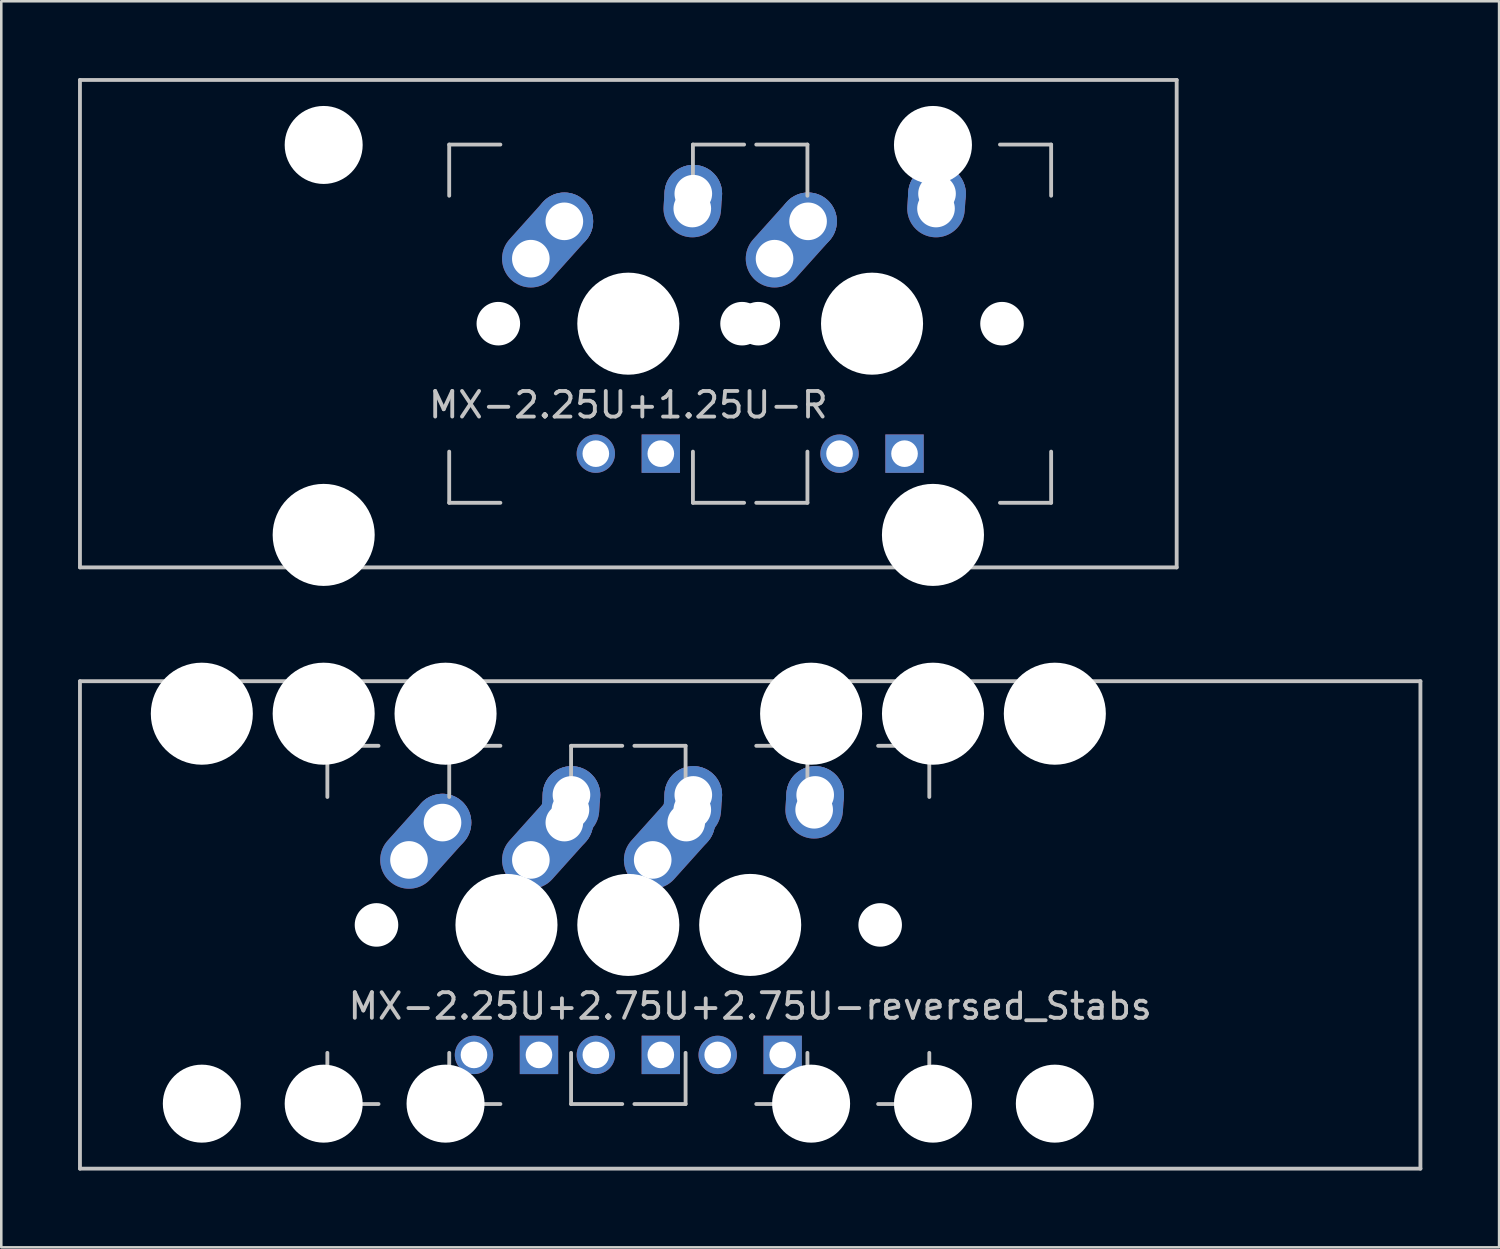
<source format=kicad_pcb>
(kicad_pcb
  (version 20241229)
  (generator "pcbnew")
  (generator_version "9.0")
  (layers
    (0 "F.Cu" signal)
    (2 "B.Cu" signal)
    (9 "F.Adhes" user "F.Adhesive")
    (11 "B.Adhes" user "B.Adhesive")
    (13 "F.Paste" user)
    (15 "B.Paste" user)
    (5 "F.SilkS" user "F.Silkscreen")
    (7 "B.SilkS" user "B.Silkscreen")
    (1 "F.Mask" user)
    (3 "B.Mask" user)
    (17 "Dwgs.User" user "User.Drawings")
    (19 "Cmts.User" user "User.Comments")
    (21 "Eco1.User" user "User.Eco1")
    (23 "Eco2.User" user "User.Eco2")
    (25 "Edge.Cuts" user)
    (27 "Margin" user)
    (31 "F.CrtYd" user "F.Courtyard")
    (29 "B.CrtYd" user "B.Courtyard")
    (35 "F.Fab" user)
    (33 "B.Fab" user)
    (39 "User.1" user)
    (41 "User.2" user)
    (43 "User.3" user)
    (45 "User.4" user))
  (footprint "MX-2.25U+1.25U-R"
    (layer "F.Cu")
    (at 21.506 9.6)
    (property "Reference" "MX-2.25U+1.25U-R" (at 0 3.175 0) (layer "Dwgs.User") (effects (font (size 1 1) (thickness 0.15))))
    (attr through_hole)
    (fp_line (start -21.431 -9.525) (end 21.431 -9.525) (stroke (width 0.15) (type solid)) (layer "Dwgs.User"))
    (fp_line (start -21.431 9.525) (end -21.431 -9.525) (stroke (width 0.15) (type solid)) (layer "Dwgs.User"))
    (fp_line (start -21.431 9.525) (end 21.431 9.525) (stroke (width 0.15) (type solid)) (layer "Dwgs.User"))
    (fp_line (start -7 -7) (end -7 -5) (stroke (width 0.15) (type solid)) (layer "Dwgs.User"))
    (fp_line (start -7 5) (end -7 7) (stroke (width 0.15) (type solid)) (layer "Dwgs.User"))
    (fp_line (start -7 7) (end -5 7) (stroke (width 0.15) (type solid)) (layer "Dwgs.User"))
    (fp_line (start -5 -7) (end -7 -7) (stroke (width 0.15) (type solid)) (layer "Dwgs.User"))
    (fp_line (start 2.525 -7) (end 2.525 -5) (stroke (width 0.15) (type solid)) (layer "Dwgs.User"))
    (fp_line (start 2.525 5) (end 2.525 7) (stroke (width 0.15) (type solid)) (layer "Dwgs.User"))
    (fp_line (start 2.525 7) (end 4.525 7) (stroke (width 0.15) (type solid)) (layer "Dwgs.User"))
    (fp_line (start 4.525 -7) (end 2.525 -7) (stroke (width 0.15) (type solid)) (layer "Dwgs.User"))
    (fp_line (start 5 -7) (end 7 -7) (stroke (width 0.15) (type solid)) (layer "Dwgs.User"))
    (fp_line (start 5 7) (end 7 7) (stroke (width 0.15) (type solid)) (layer "Dwgs.User"))
    (fp_line (start 7 -7) (end 7 -5) (stroke (width 0.15) (type solid)) (layer "Dwgs.User"))
    (fp_line (start 7 7) (end 7 5) (stroke (width 0.15) (type solid)) (layer "Dwgs.User"))
    (fp_line (start 14.525 -7) (end 16.525 -7) (stroke (width 0.15) (type solid)) (layer "Dwgs.User"))
    (fp_line (start 14.525 7) (end 16.525 7) (stroke (width 0.15) (type solid)) (layer "Dwgs.User"))
    (fp_line (start 16.525 -7) (end 16.525 -5) (stroke (width 0.15) (type solid)) (layer "Dwgs.User"))
    (fp_line (start 16.525 7) (end 16.525 5) (stroke (width 0.15) (type solid)) (layer "Dwgs.User"))
    (fp_line (start 21.431 -9.525) (end 21.431 9.525) (stroke (width 0.15) (type solid)) (layer "Dwgs.User"))
    (pad "" np_thru_hole circle (at -11.906 -6.985) (size 3.048 3.048) (drill 3.048) (layers "*.Cu" "*.Mask"))
    (pad "" np_thru_hole circle (at -11.906 8.255) (size 3.988 3.988) (drill 3.988) (layers "*.Cu" "*.Mask"))
    (pad "" np_thru_hole circle (at -5.08 0 48.1) (size 1.702 1.702) (drill 1.702) (layers "*.Cu" "*.Mask"))
    (pad "" np_thru_hole circle (at 0 0) (size 3.988 3.988) (drill 3.988) (layers "*.Cu" "*.Mask"))
    (pad "" np_thru_hole circle (at 4.445 0 48.1) (size 1.702 1.702) (drill 1.702) (layers "*.Cu" "*.Mask"))
    (pad "" np_thru_hole circle (at 5.08 0 48.1) (size 1.702 1.702) (drill 1.702) (layers "*.Cu" "*.Mask"))
    (pad "" np_thru_hole circle (at 9.525 0) (size 3.988 3.988) (drill 3.988) (layers "*.Cu" "*.Mask"))
    (pad "" np_thru_hole circle (at 11.906 -6.985) (size 3.048 3.048) (drill 3.048) (layers "*.Cu" "*.Mask"))
    (pad "" np_thru_hole circle (at 11.906 8.255) (size 3.988 3.988) (drill 3.988) (layers "*.Cu" "*.Mask"))
    (pad "" np_thru_hole circle (at 14.605 0 48.1) (size 1.702 1.702) (drill 1.702) (layers "*.Cu" "*.Mask"))
    (pad "1" thru_hole oval (at -3.81 -2.54 48.1) (size 4.212 2.25) (drill 1.47 (offset 0.981 0)) (layers "*.Cu" "*.Mask"))
    (pad "1" thru_hole circle (at -2.5 -4) (size 2.25 2.25) (drill 1.47) (layers "*.Cu" "*.Mask"))
    (pad "1" thru_hole oval (at 12.025 -4.5 86.055) (size 2.831 2.25) (drill 1.47 (offset 0.291 0)) (layers "*.Cu" "*.Mask"))
    (pad "1" thru_hole circle (at 12.065 -5.08) (size 2.25 2.25) (drill 1.47) (layers "*.Cu" "*.Mask"))
    (pad "2" thru_hole oval (at 2.5 -4.5 86.055) (size 2.831 2.25) (drill 1.47 (offset 0.291 0)) (layers "*.Cu" "*.Mask"))
    (pad "2" thru_hole circle (at 2.54 -5.08) (size 2.25 2.25) (drill 1.47) (layers "*.Cu" "*.Mask"))
    (pad "2" thru_hole oval (at 5.715 -2.54 48.1) (size 4.212 2.25) (drill 1.47 (offset 0.981 0)) (layers "*.Cu" "*.Mask"))
    (pad "2" thru_hole circle (at 7.025 -4) (size 2.25 2.25) (drill 1.47) (layers "*.Cu" "*.Mask"))
    (pad "3" thru_hole circle (at -1.27 5.08) (size 1.5 1.5) (drill 1.04) (layers "*.Cu" "*.Mask"))
    (pad "3" thru_hole circle (at 8.255 5.08) (size 1.5 1.5) (drill 1.04) (layers "*.Cu" "*.Mask"))
    (pad "4" thru_hole rect (at 1.27 5.08) (size 1.5 1.5) (drill 1.04) (layers "*.Cu" "*.Mask"))
    (pad "4" thru_hole rect (at 10.795 5.08) (size 1.5 1.5) (drill 1.04) (layers "*.Cu" "*.Mask")))
  (footprint "MX-2.25U+2.75U+2.75U-reversed_Stabs"
    (layer "F.Cu")
    (at 26.269 33.098)
    (property "Reference" "MX-2.25U+2.75U+2.75U-reversed_Stabs" (at 0 3.175 0) (layer "Dwgs.User") (effects (font (size 1 1) (thickness 0.15))))
    (attr through_hole)
    (fp_line (start -26.194 -9.525) (end 26.194 -9.525) (stroke (width 0.15) (type solid)) (layer "Dwgs.User"))
    (fp_line (start -26.194 9.525) (end -26.194 -9.525) (stroke (width 0.15) (type solid)) (layer "Dwgs.User"))
    (fp_line (start -26.194 9.525) (end 26.194 9.525) (stroke (width 0.15) (type solid)) (layer "Dwgs.User"))
    (fp_line (start -16.525 -7) (end -16.525 -5) (stroke (width 0.15) (type solid)) (layer "Dwgs.User"))
    (fp_line (start -16.525 5) (end -16.525 7) (stroke (width 0.15) (type solid)) (layer "Dwgs.User"))
    (fp_line (start -16.525 7) (end -14.525 7) (stroke (width 0.15) (type solid)) (layer "Dwgs.User"))
    (fp_line (start -14.525 -7) (end -16.525 -7) (stroke (width 0.15) (type solid)) (layer "Dwgs.User"))
    (fp_line (start -11.762 -7) (end -11.762 -5) (stroke (width 0.15) (type solid)) (layer "Dwgs.User"))
    (fp_line (start -11.762 5) (end -11.762 7) (stroke (width 0.15) (type solid)) (layer "Dwgs.User"))
    (fp_line (start -11.762 7) (end -9.762 7) (stroke (width 0.15) (type solid)) (layer "Dwgs.User"))
    (fp_line (start -9.762 -7) (end -11.762 -7) (stroke (width 0.15) (type solid)) (layer "Dwgs.User"))
    (fp_line (start -7 -7) (end -7 -5) (stroke (width 0.15) (type solid)) (layer "Dwgs.User"))
    (fp_line (start -7 5) (end -7 7) (stroke (width 0.15) (type solid)) (layer "Dwgs.User"))
    (fp_line (start -7 7) (end -5 7) (stroke (width 0.15) (type solid)) (layer "Dwgs.User"))
    (fp_line (start -5 -7) (end -7 -7) (stroke (width 0.15) (type solid)) (layer "Dwgs.User"))
    (fp_line (start -4.525 -7) (end -2.525 -7) (stroke (width 0.15) (type solid)) (layer "Dwgs.User"))
    (fp_line (start -4.525 7) (end -2.525 7) (stroke (width 0.15) (type solid)) (layer "Dwgs.User"))
    (fp_line (start -2.525 -7) (end -2.525 -5) (stroke (width 0.15) (type solid)) (layer "Dwgs.User"))
    (fp_line (start -2.525 7) (end -2.525 5) (stroke (width 0.15) (type solid)) (layer "Dwgs.User"))
    (fp_line (start 0.237 -7) (end 2.237 -7) (stroke (width 0.15) (type solid)) (layer "Dwgs.User"))
    (fp_line (start 0.237 7) (end 2.237 7) (stroke (width 0.15) (type solid)) (layer "Dwgs.User"))
    (fp_line (start 2.237 -7) (end 2.237 -5) (stroke (width 0.15) (type solid)) (layer "Dwgs.User"))
    (fp_line (start 2.237 7) (end 2.237 5) (stroke (width 0.15) (type solid)) (layer "Dwgs.User"))
    (fp_line (start 5 -7) (end 7 -7) (stroke (width 0.15) (type solid)) (layer "Dwgs.User"))
    (fp_line (start 5 7) (end 7 7) (stroke (width 0.15) (type solid)) (layer "Dwgs.User"))
    (fp_line (start 7 -7) (end 7 -5) (stroke (width 0.15) (type solid)) (layer "Dwgs.User"))
    (fp_line (start 7 7) (end 7 5) (stroke (width 0.15) (type solid)) (layer "Dwgs.User"))
    (fp_line (start 26.194 -9.525) (end 26.194 9.525) (stroke (width 0.15) (type solid)) (layer "Dwgs.User"))
    (pad "" np_thru_hole circle (at -21.431 -8.255) (size 3.988 3.988) (drill 3.988) (layers "*.Cu" "*.Mask"))
    (pad "" np_thru_hole circle (at -21.431 6.985) (size 3.048 3.048) (drill 3.048) (layers "*.Cu" "*.Mask"))
    (pad "" np_thru_hole circle (at -16.669 -8.255) (size 3.988 3.988) (drill 3.988) (layers "*.Cu" "*.Mask"))
    (pad "" np_thru_hole circle (at -16.669 6.985) (size 3.048 3.048) (drill 3.048) (layers "*.Cu" "*.Mask"))
    (pad "" np_thru_hole circle (at -14.605 0 48.1) (size 1.702 1.702) (drill 1.702) (layers "*.Cu" "*.Mask"))
    (pad "" np_thru_hole circle (at -11.906 -8.255) (size 3.988 3.988) (drill 3.988) (layers "*.Cu" "*.Mask"))
    (pad "" np_thru_hole circle (at -11.906 6.985) (size 3.048 3.048) (drill 3.048) (layers "*.Cu" "*.Mask"))
    (pad "" np_thru_hole circle (at -9.842 0 48.1) (size 1.702 1.702) (drill 1.702) (layers "*.Cu" "*.Mask"))
    (pad "" np_thru_hole circle (at -9.525 0) (size 3.988 3.988) (drill 3.988) (layers "*.Cu" "*.Mask"))
    (pad "" np_thru_hole circle (at -5.08 0 48.1) (size 1.702 1.702) (drill 1.702) (layers "*.Cu" "*.Mask"))
    (pad "" np_thru_hole circle (at -4.763 0) (size 3.988 3.988) (drill 3.988) (layers "*.Cu" "*.Mask"))
    (pad "" np_thru_hole circle (at -4.445 0 48.1) (size 1.702 1.702) (drill 1.702) (layers "*.Cu" "*.Mask"))
    (pad "" np_thru_hole circle (at 0 0) (size 3.988 3.988) (drill 3.988) (layers "*.Cu" "*.Mask"))
    (pad "" np_thru_hole circle (at 0.318 0 48.1) (size 1.702 1.702) (drill 1.702) (layers "*.Cu" "*.Mask"))
    (pad "" np_thru_hole circle (at 2.381 -8.255) (size 3.988 3.988) (drill 3.988) (layers "*.Cu" "*.Mask"))
    (pad "" np_thru_hole circle (at 2.381 6.985) (size 3.048 3.048) (drill 3.048) (layers "*.Cu" "*.Mask"))
    (pad "" np_thru_hole circle (at 5.08 0 48.1) (size 1.702 1.702) (drill 1.702) (layers "*.Cu" "*.Mask"))
    (pad "" np_thru_hole circle (at 7.144 -8.255) (size 3.988 3.988) (drill 3.988) (layers "*.Cu" "*.Mask"))
    (pad "" np_thru_hole circle (at 7.144 6.985) (size 3.048 3.048) (drill 3.048) (layers "*.Cu" "*.Mask"))
    (pad "" np_thru_hole circle (at 11.906 -8.255) (size 3.988 3.988) (drill 3.988) (layers "*.Cu" "*.Mask"))
    (pad "" np_thru_hole circle (at 11.906 6.985) (size 3.048 3.048) (drill 3.048) (layers "*.Cu" "*.Mask"))
    (pad "1" thru_hole oval (at -13.335 -2.54 48.1) (size 4.212 2.25) (drill 1.47 (offset 0.981 0)) (layers "*.Cu" "*.Mask"))
    (pad "1" thru_hole circle (at -12.025 -4) (size 2.25 2.25) (drill 1.47) (layers "*.Cu" "*.Mask"))
    (pad "1" thru_hole oval (at -3.81 -2.54 48.1) (size 4.212 2.25) (drill 1.47 (offset 0.981 0)) (layers "*.Cu" "*.Mask"))
    (pad "1" thru_hole circle (at -2.5 -4) (size 2.25 2.25) (drill 1.47) (layers "*.Cu" "*.Mask"))
    (pad "1" thru_hole oval (at -2.263 -4.5 86.055) (size 2.831 2.25) (drill 1.47 (offset 0.291 0)) (layers "*.Cu" "*.Mask"))
    (pad "1" thru_hole circle (at -2.223 -5.08) (size 2.25 2.25) (drill 1.47) (layers "*.Cu" "*.Mask"))
    (pad "2" thru_hole oval (at -8.572 -2.54 48.1) (size 4.212 2.25) (drill 1.47 (offset 0.981 0)) (layers "*.Cu" "*.Mask"))
    (pad "2" thru_hole circle (at -7.263 -4) (size 2.25 2.25) (drill 1.47) (layers "*.Cu" "*.Mask"))
    (pad "2" thru_hole oval (at -7.025 -4.5 86.055) (size 2.831 2.25) (drill 1.47 (offset 0.291 0)) (layers "*.Cu" "*.Mask"))
    (pad "2" thru_hole circle (at -6.985 -5.08) (size 2.25 2.25) (drill 1.47) (layers "*.Cu" "*.Mask"))
    (pad "2" thru_hole oval (at 2.5 -4.5 86.055) (size 2.831 2.25) (drill 1.47 (offset 0.291 0)) (layers "*.Cu" "*.Mask"))
    (pad "2" thru_hole circle (at 2.54 -5.08) (size 2.25 2.25) (drill 1.47) (layers "*.Cu" "*.Mask"))
    (pad "3" thru_hole circle (at -10.795 5.08) (size 1.5 1.5) (drill 1.04) (layers "*.Cu" "*.Mask"))
    (pad "3" thru_hole circle (at -6.032 5.08) (size 1.5 1.5) (drill 1.04) (layers "*.Cu" "*.Mask"))
    (pad "3" thru_hole circle (at -1.27 5.08) (size 1.5 1.5) (drill 1.04) (layers "*.Cu" "*.Mask"))
    (pad "4" thru_hole rect (at -8.255 5.08) (size 1.5 1.5) (drill 1.04) (layers "*.Cu" "*.Mask"))
    (pad "4" thru_hole rect (at -3.493 5.08) (size 1.5 1.5) (drill 1.04) (layers "*.Cu" "*.Mask"))
    (pad "4" thru_hole rect (at 1.27 5.08) (size 1.5 1.5) (drill 1.04) (layers "*.Cu" "*.Mask")))
  (gr_rect
    (start -3 -3)
    (end 55.538 45.698)
    (stroke (width 0.1) (type default))
    (fill no)
    (layer "Edge.Cuts")))
</source>
